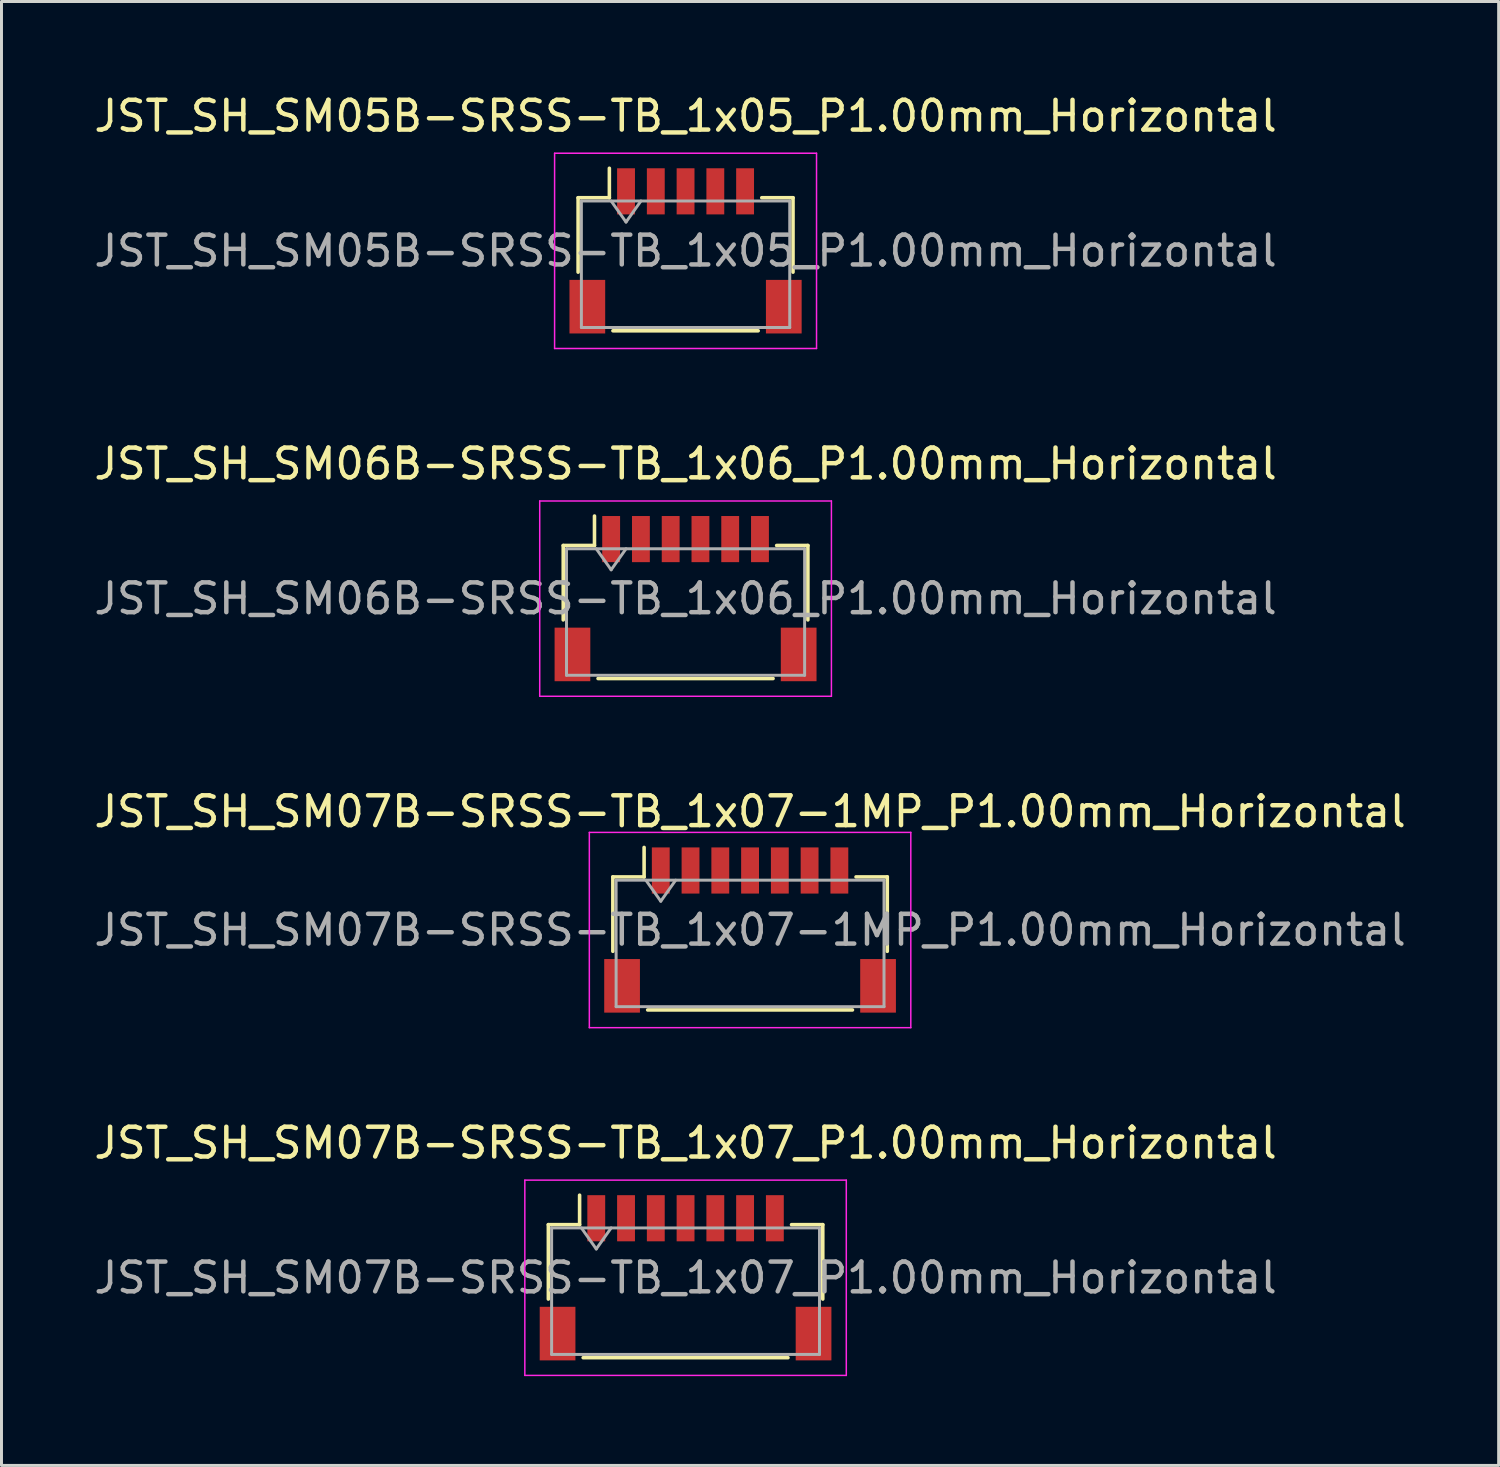
<source format=kicad_pcb>
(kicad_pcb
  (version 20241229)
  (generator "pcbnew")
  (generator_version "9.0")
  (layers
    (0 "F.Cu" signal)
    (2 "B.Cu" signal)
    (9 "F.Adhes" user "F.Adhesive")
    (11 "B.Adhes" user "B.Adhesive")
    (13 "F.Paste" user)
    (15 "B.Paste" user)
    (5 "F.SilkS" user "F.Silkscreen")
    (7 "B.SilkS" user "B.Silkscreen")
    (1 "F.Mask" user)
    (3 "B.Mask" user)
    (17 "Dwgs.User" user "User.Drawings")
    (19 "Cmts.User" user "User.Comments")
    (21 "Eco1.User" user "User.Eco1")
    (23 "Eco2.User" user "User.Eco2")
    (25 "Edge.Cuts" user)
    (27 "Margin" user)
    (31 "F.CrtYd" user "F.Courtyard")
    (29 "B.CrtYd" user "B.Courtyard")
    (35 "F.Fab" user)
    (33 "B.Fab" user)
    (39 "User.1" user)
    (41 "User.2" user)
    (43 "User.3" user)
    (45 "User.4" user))
  (footprint "JST_SH_SM07B-SRSS-TB_1x07-1MP_P1.00mm_Horizontal"
    (layer "F.Cu")
    (at 22.149 28.195)
    (property "Reference" "JST_SH_SM07B-SRSS-TB_1x07-1MP_P1.00mm_Horizontal" (at 0 -3.98 0) (layer "F.SilkS") (effects (font (size 1 1) (thickness 0.15))))
    (attr smd)
    (fp_line (start -4.61 -1.785) (end -3.56 -1.785) (stroke (width 0.12) (type solid)) (layer "F.SilkS"))
    (fp_line (start -4.61 0.715) (end -4.61 -1.785) (stroke (width 0.12) (type solid)) (layer "F.SilkS"))
    (fp_line (start -3.56 -1.785) (end -3.56 -2.775) (stroke (width 0.12) (type solid)) (layer "F.SilkS"))
    (fp_line (start -3.44 2.685) (end 3.44 2.685) (stroke (width 0.12) (type solid)) (layer "F.SilkS"))
    (fp_line (start 4.61 -1.785) (end 3.56 -1.785) (stroke (width 0.12) (type solid)) (layer "F.SilkS"))
    (fp_line (start 4.61 0.715) (end 4.61 -1.785) (stroke (width 0.12) (type solid)) (layer "F.SilkS"))
    (fp_line (start -5.4 -3.28) (end -5.4 3.28) (stroke (width 0.05) (type solid)) (layer "F.CrtYd"))
    (fp_line (start -5.4 3.28) (end 5.4 3.28) (stroke (width 0.05) (type solid)) (layer "F.CrtYd"))
    (fp_line (start 5.4 -3.28) (end -5.4 -3.28) (stroke (width 0.05) (type solid)) (layer "F.CrtYd"))
    (fp_line (start 5.4 3.28) (end 5.4 -3.28) (stroke (width 0.05) (type solid)) (layer "F.CrtYd"))
    (fp_line (start -4.5 -1.675) (end -4.5 2.575) (stroke (width 0.1) (type solid)) (layer "F.Fab"))
    (fp_line (start -4.5 -1.675) (end 4.5 -1.675) (stroke (width 0.1) (type solid)) (layer "F.Fab"))
    (fp_line (start -4.5 2.575) (end 4.5 2.575) (stroke (width 0.1) (type solid)) (layer "F.Fab"))
    (fp_line (start -3.5 -1.675) (end -3 -0.968) (stroke (width 0.1) (type solid)) (layer "F.Fab"))
    (fp_line (start -3 -0.968) (end -2.5 -1.675) (stroke (width 0.1) (type solid)) (layer "F.Fab"))
    (fp_line (start 4.5 -1.675) (end 4.5 2.575) (stroke (width 0.1) (type solid)) (layer "F.Fab"))
    (fp_text user "${REFERENCE}" (at 0 0 0) (layer "F.Fab") (effects (font (size 1 1) (thickness 0.15))))
    (pad "1" smd rect (at -3 -2) (size 0.6 1.55) (layers "F.Cu" "F.Mask" "F.Paste"))
    (pad "2" smd rect (at -2 -2) (size 0.6 1.55) (layers "F.Cu" "F.Mask" "F.Paste"))
    (pad "3" smd rect (at -1 -2) (size 0.6 1.55) (layers "F.Cu" "F.Mask" "F.Paste"))
    (pad "4" smd rect (at 0 -2) (size 0.6 1.55) (layers "F.Cu" "F.Mask" "F.Paste"))
    (pad "5" smd rect (at 1 -2) (size 0.6 1.55) (layers "F.Cu" "F.Mask" "F.Paste"))
    (pad "6" smd rect (at 2 -2) (size 0.6 1.55) (layers "F.Cu" "F.Mask" "F.Paste"))
    (pad "7" smd rect (at 3 -2) (size 0.6 1.55) (layers "F.Cu" "F.Mask" "F.Paste"))
    (pad "MP" smd rect (at -4.3 1.875) (size 1.2 1.8) (layers "F.Cu" "F.Mask" "F.Paste"))
    (pad "MP" smd rect (at 4.3 1.875) (size 1.2 1.8) (layers "F.Cu" "F.Mask" "F.Paste")))
  (footprint "JST_SH_SM06B-SRSS-TB_1x06_P1.00mm_Horizontal"
    (layer "F.Cu")
    (at 19.982 17.061)
    (property "Reference" "JST_SH_SM06B-SRSS-TB_1x06_P1.00mm_Horizontal" (at 0 -4.53 0) (layer "F.SilkS") (effects (font (size 1 1) (thickness 0.15))))
    (attr smd)
    (fp_line (start -4.11 -1.785) (end -3.06 -1.785) (stroke (width 0.12) (type solid)) (layer "F.SilkS"))
    (fp_line (start -4.11 0.715) (end -4.11 -1.785) (stroke (width 0.12) (type solid)) (layer "F.SilkS"))
    (fp_line (start -3.06 -1.785) (end -3.06 -2.775) (stroke (width 0.12) (type solid)) (layer "F.SilkS"))
    (fp_line (start -2.94 2.685) (end 2.94 2.685) (stroke (width 0.12) (type solid)) (layer "F.SilkS"))
    (fp_line (start 4.11 -1.785) (end 3.06 -1.785) (stroke (width 0.12) (type solid)) (layer "F.SilkS"))
    (fp_line (start 4.11 0.715) (end 4.11 -1.785) (stroke (width 0.12) (type solid)) (layer "F.SilkS"))
    (fp_line (start -4.9 -3.28) (end -4.9 3.28) (stroke (width 0.05) (type solid)) (layer "F.CrtYd"))
    (fp_line (start -4.9 3.28) (end 4.9 3.28) (stroke (width 0.05) (type solid)) (layer "F.CrtYd"))
    (fp_line (start 4.9 -3.28) (end -4.9 -3.28) (stroke (width 0.05) (type solid)) (layer "F.CrtYd"))
    (fp_line (start 4.9 3.28) (end 4.9 -3.28) (stroke (width 0.05) (type solid)) (layer "F.CrtYd"))
    (fp_line (start -4 -1.675) (end -4 2.575) (stroke (width 0.1) (type solid)) (layer "F.Fab"))
    (fp_line (start -4 -1.675) (end 4 -1.675) (stroke (width 0.1) (type solid)) (layer "F.Fab"))
    (fp_line (start -4 2.575) (end 4 2.575) (stroke (width 0.1) (type solid)) (layer "F.Fab"))
    (fp_line (start -3 -1.675) (end -2.5 -0.968) (stroke (width 0.1) (type solid)) (layer "F.Fab"))
    (fp_line (start -2.5 -0.968) (end -2 -1.675) (stroke (width 0.1) (type solid)) (layer "F.Fab"))
    (fp_line (start 4 -1.675) (end 4 2.575) (stroke (width 0.1) (type solid)) (layer "F.Fab"))
    (fp_text user "${REFERENCE}" (at 0 0 0) (layer "F.Fab") (effects (font (size 1 1) (thickness 0.15))))
    (pad "" smd rect (at -3.8 1.875) (size 1.2 1.8) (layers "F.Cu" "F.Mask" "F.Paste"))
    (pad "" smd rect (at 3.8 1.875) (size 1.2 1.8) (layers "F.Cu" "F.Mask" "F.Paste"))
    (pad "1" smd rect (at -2.5 -2) (size 0.6 1.55) (layers "F.Cu" "F.Mask" "F.Paste"))
    (pad "2" smd rect (at -1.5 -2) (size 0.6 1.55) (layers "F.Cu" "F.Mask" "F.Paste"))
    (pad "3" smd rect (at -0.5 -2) (size 0.6 1.55) (layers "F.Cu" "F.Mask" "F.Paste"))
    (pad "4" smd rect (at 0.5 -2) (size 0.6 1.55) (layers "F.Cu" "F.Mask" "F.Paste"))
    (pad "5" smd rect (at 1.5 -2) (size 0.6 1.55) (layers "F.Cu" "F.Mask" "F.Paste"))
    (pad "6" smd rect (at 2.5 -2) (size 0.6 1.55) (layers "F.Cu" "F.Mask" "F.Paste")))
  (footprint "JST_SH_SM05B-SRSS-TB_1x05_P1.00mm_Horizontal"
    (layer "F.Cu")
    (at 19.982 5.378)
    (property "Reference" "JST_SH_SM05B-SRSS-TB_1x05_P1.00mm_Horizontal" (at 0 -4.53 0) (layer "F.SilkS") (effects (font (size 1 1) (thickness 0.15))))
    (attr smd)
    (fp_line (start -3.61 -1.785) (end -2.56 -1.785) (stroke (width 0.12) (type solid)) (layer "F.SilkS"))
    (fp_line (start -3.61 0.715) (end -3.61 -1.785) (stroke (width 0.12) (type solid)) (layer "F.SilkS"))
    (fp_line (start -2.56 -1.785) (end -2.56 -2.775) (stroke (width 0.12) (type solid)) (layer "F.SilkS"))
    (fp_line (start -2.44 2.685) (end 2.44 2.685) (stroke (width 0.12) (type solid)) (layer "F.SilkS"))
    (fp_line (start 3.61 -1.785) (end 2.56 -1.785) (stroke (width 0.12) (type solid)) (layer "F.SilkS"))
    (fp_line (start 3.61 0.715) (end 3.61 -1.785) (stroke (width 0.12) (type solid)) (layer "F.SilkS"))
    (fp_line (start -4.4 -3.28) (end -4.4 3.28) (stroke (width 0.05) (type solid)) (layer "F.CrtYd"))
    (fp_line (start -4.4 3.28) (end 4.4 3.28) (stroke (width 0.05) (type solid)) (layer "F.CrtYd"))
    (fp_line (start 4.4 -3.28) (end -4.4 -3.28) (stroke (width 0.05) (type solid)) (layer "F.CrtYd"))
    (fp_line (start 4.4 3.28) (end 4.4 -3.28) (stroke (width 0.05) (type solid)) (layer "F.CrtYd"))
    (fp_line (start -3.5 -1.675) (end -3.5 2.575) (stroke (width 0.1) (type solid)) (layer "F.Fab"))
    (fp_line (start -3.5 -1.675) (end 3.5 -1.675) (stroke (width 0.1) (type solid)) (layer "F.Fab"))
    (fp_line (start -3.5 2.575) (end 3.5 2.575) (stroke (width 0.1) (type solid)) (layer "F.Fab"))
    (fp_line (start -2.5 -1.675) (end -2 -0.968) (stroke (width 0.1) (type solid)) (layer "F.Fab"))
    (fp_line (start -2 -0.968) (end -1.5 -1.675) (stroke (width 0.1) (type solid)) (layer "F.Fab"))
    (fp_line (start 3.5 -1.675) (end 3.5 2.575) (stroke (width 0.1) (type solid)) (layer "F.Fab"))
    (fp_text user "${REFERENCE}" (at 0 0 0) (layer "F.Fab") (effects (font (size 1 1) (thickness 0.15))))
    (pad "" smd rect (at -3.3 1.875) (size 1.2 1.8) (layers "F.Cu" "F.Mask" "F.Paste"))
    (pad "" smd rect (at 3.3 1.875) (size 1.2 1.8) (layers "F.Cu" "F.Mask" "F.Paste"))
    (pad "1" smd rect (at -2 -2) (size 0.6 1.55) (layers "F.Cu" "F.Mask" "F.Paste"))
    (pad "2" smd rect (at -1 -2) (size 0.6 1.55) (layers "F.Cu" "F.Mask" "F.Paste"))
    (pad "3" smd rect (at 0 -2) (size 0.6 1.55) (layers "F.Cu" "F.Mask" "F.Paste"))
    (pad "4" smd rect (at 1 -2) (size 0.6 1.55) (layers "F.Cu" "F.Mask" "F.Paste"))
    (pad "5" smd rect (at 2 -2) (size 0.6 1.55) (layers "F.Cu" "F.Mask" "F.Paste")))
  (footprint "JST_SH_SM07B-SRSS-TB_1x07_P1.00mm_Horizontal"
    (layer "F.Cu")
    (at 19.982 39.878)
    (property "Reference" "JST_SH_SM07B-SRSS-TB_1x07_P1.00mm_Horizontal" (at 0 -4.53 0) (layer "F.SilkS") (effects (font (size 1 1) (thickness 0.15))))
    (attr smd)
    (fp_line (start -4.61 -1.785) (end -3.56 -1.785) (stroke (width 0.12) (type solid)) (layer "F.SilkS"))
    (fp_line (start -4.61 0.715) (end -4.61 -1.785) (stroke (width 0.12) (type solid)) (layer "F.SilkS"))
    (fp_line (start -3.56 -1.785) (end -3.56 -2.775) (stroke (width 0.12) (type solid)) (layer "F.SilkS"))
    (fp_line (start -3.44 2.685) (end 3.44 2.685) (stroke (width 0.12) (type solid)) (layer "F.SilkS"))
    (fp_line (start 4.61 -1.785) (end 3.56 -1.785) (stroke (width 0.12) (type solid)) (layer "F.SilkS"))
    (fp_line (start 4.61 0.715) (end 4.61 -1.785) (stroke (width 0.12) (type solid)) (layer "F.SilkS"))
    (fp_line (start -5.4 -3.28) (end -5.4 3.28) (stroke (width 0.05) (type solid)) (layer "F.CrtYd"))
    (fp_line (start -5.4 3.28) (end 5.4 3.28) (stroke (width 0.05) (type solid)) (layer "F.CrtYd"))
    (fp_line (start 5.4 -3.28) (end -5.4 -3.28) (stroke (width 0.05) (type solid)) (layer "F.CrtYd"))
    (fp_line (start 5.4 3.28) (end 5.4 -3.28) (stroke (width 0.05) (type solid)) (layer "F.CrtYd"))
    (fp_line (start -4.5 -1.675) (end -4.5 2.575) (stroke (width 0.1) (type solid)) (layer "F.Fab"))
    (fp_line (start -4.5 -1.675) (end 4.5 -1.675) (stroke (width 0.1) (type solid)) (layer "F.Fab"))
    (fp_line (start -4.5 2.575) (end 4.5 2.575) (stroke (width 0.1) (type solid)) (layer "F.Fab"))
    (fp_line (start -3.5 -1.675) (end -3 -0.968) (stroke (width 0.1) (type solid)) (layer "F.Fab"))
    (fp_line (start -3 -0.968) (end -2.5 -1.675) (stroke (width 0.1) (type solid)) (layer "F.Fab"))
    (fp_line (start 4.5 -1.675) (end 4.5 2.575) (stroke (width 0.1) (type solid)) (layer "F.Fab"))
    (fp_text user "${REFERENCE}" (at 0 0 0) (layer "F.Fab") (effects (font (size 1 1) (thickness 0.15))))
    (pad "" smd rect (at -4.3 1.875) (size 1.2 1.8) (layers "F.Cu" "F.Mask" "F.Paste"))
    (pad "" smd rect (at 4.3 1.875) (size 1.2 1.8) (layers "F.Cu" "F.Mask" "F.Paste"))
    (pad "1" smd rect (at -3 -2) (size 0.6 1.55) (layers "F.Cu" "F.Mask" "F.Paste"))
    (pad "2" smd rect (at -2 -2) (size 0.6 1.55) (layers "F.Cu" "F.Mask" "F.Paste"))
    (pad "3" smd rect (at -1 -2) (size 0.6 1.55) (layers "F.Cu" "F.Mask" "F.Paste"))
    (pad "4" smd rect (at 0 -2) (size 0.6 1.55) (layers "F.Cu" "F.Mask" "F.Paste"))
    (pad "5" smd rect (at 1 -2) (size 0.6 1.55) (layers "F.Cu" "F.Mask" "F.Paste"))
    (pad "6" smd rect (at 2 -2) (size 0.6 1.55) (layers "F.Cu" "F.Mask" "F.Paste"))
    (pad "7" smd rect (at 3 -2) (size 0.6 1.55) (layers "F.Cu" "F.Mask" "F.Paste")))
  (gr_rect
    (start -3 -3)
    (end 47.298 46.183)
    (stroke (width 0.1) (type default))
    (fill no)
    (layer "Edge.Cuts")))
</source>
